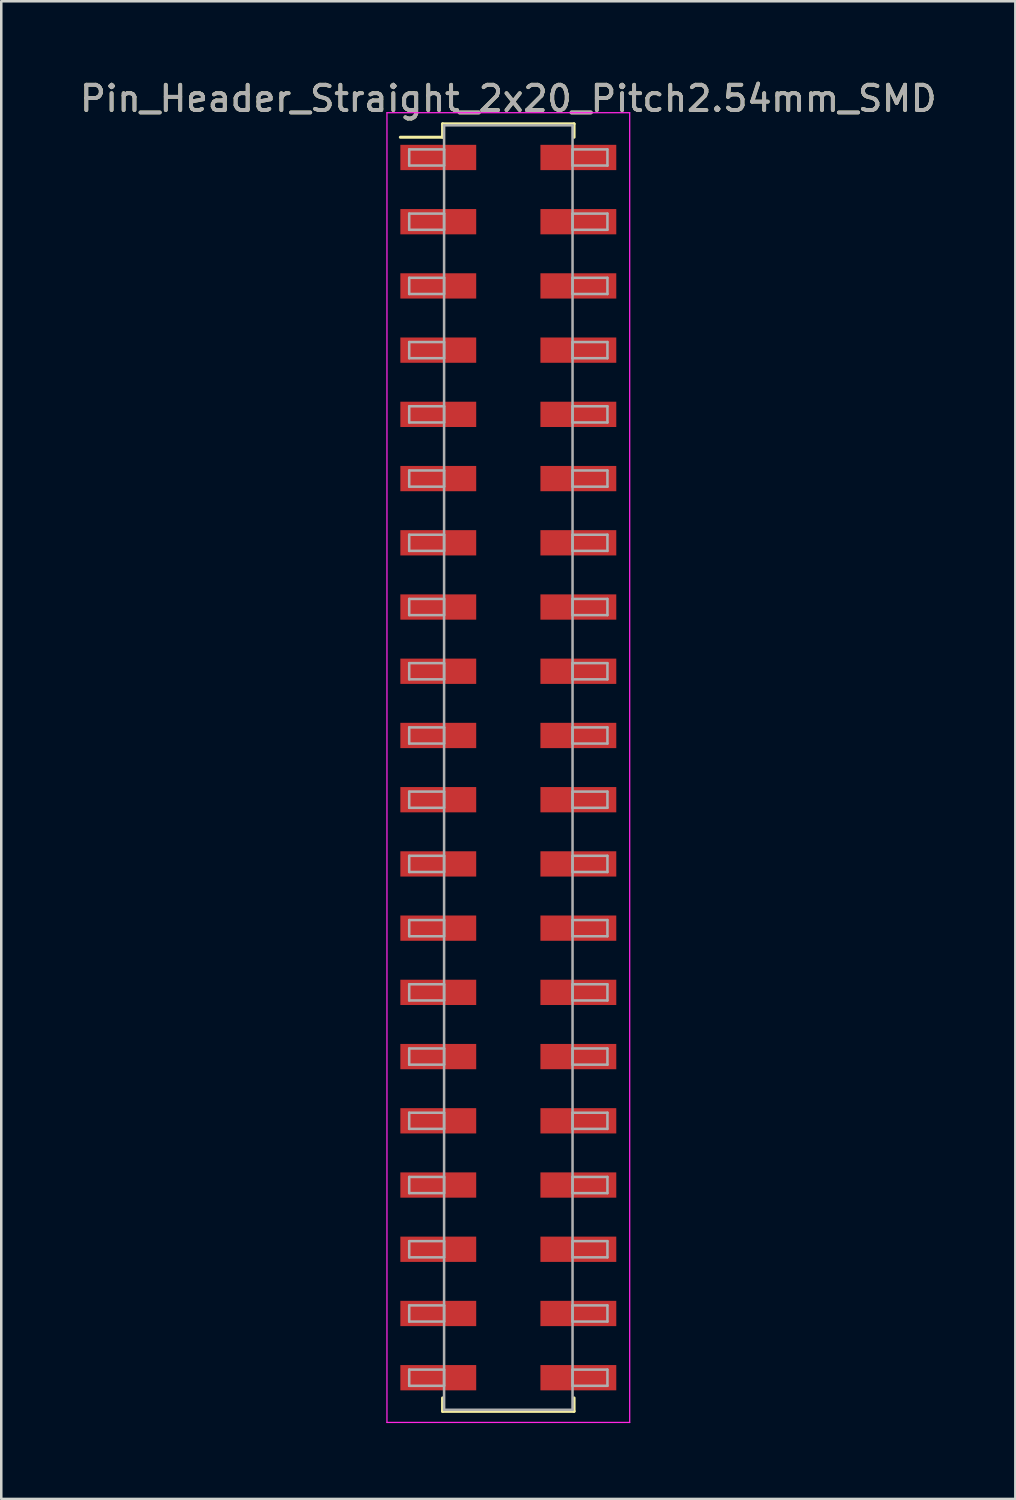
<source format=kicad_pcb>
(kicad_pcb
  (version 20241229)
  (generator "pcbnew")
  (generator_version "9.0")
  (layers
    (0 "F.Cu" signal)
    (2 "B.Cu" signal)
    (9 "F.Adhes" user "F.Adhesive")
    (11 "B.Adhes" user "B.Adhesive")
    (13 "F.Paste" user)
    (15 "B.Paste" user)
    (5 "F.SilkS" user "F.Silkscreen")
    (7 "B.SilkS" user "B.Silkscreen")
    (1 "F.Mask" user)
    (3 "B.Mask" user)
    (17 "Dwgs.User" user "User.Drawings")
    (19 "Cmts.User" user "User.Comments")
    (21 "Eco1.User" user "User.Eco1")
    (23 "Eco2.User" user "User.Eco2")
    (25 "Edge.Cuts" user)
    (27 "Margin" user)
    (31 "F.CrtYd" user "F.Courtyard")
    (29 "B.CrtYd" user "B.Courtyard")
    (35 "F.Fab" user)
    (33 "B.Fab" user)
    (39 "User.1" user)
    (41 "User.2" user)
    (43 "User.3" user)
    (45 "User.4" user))
  (footprint "Pin_Header_Straight_2x20_Pitch2.54mm_SMD"
    (layer "F.Cu")
    (at 17.054 27.308)
    (property "Reference" "Pin_Header_Straight_2x20_Pitch2.54mm_SMD" (at 0 -26.46 0) (layer "F.SilkS") (effects (font (size 1 1) (thickness 0.15))))
    (attr smd)
    (fp_line (start -4.27 -24.93) (end -2.6 -24.93) (stroke (width 0.12) (type solid)) (layer "F.SilkS"))
    (fp_line (start -2.6 -25.46) (end 2.6 -25.46) (stroke (width 0.12) (type solid)) (layer "F.SilkS"))
    (fp_line (start -2.6 -24.93) (end -2.6 -25.46) (stroke (width 0.12) (type solid)) (layer "F.SilkS"))
    (fp_line (start -2.6 24.93) (end -2.6 25.46) (stroke (width 0.12) (type solid)) (layer "F.SilkS"))
    (fp_line (start -2.6 25.46) (end 2.6 25.46) (stroke (width 0.12) (type solid)) (layer "F.SilkS"))
    (fp_line (start 2.6 -25.46) (end 2.6 -24.93) (stroke (width 0.12) (type solid)) (layer "F.SilkS"))
    (fp_line (start 2.6 25.46) (end 2.6 24.93) (stroke (width 0.12) (type solid)) (layer "F.SilkS"))
    (fp_line (start -4.8 -25.9) (end -4.8 25.9) (stroke (width 0.05) (type solid)) (layer "F.CrtYd"))
    (fp_line (start -4.8 25.9) (end 4.8 25.9) (stroke (width 0.05) (type solid)) (layer "F.CrtYd"))
    (fp_line (start 4.8 -25.9) (end -4.8 -25.9) (stroke (width 0.05) (type solid)) (layer "F.CrtYd"))
    (fp_line (start 4.8 25.9) (end 4.8 -25.9) (stroke (width 0.05) (type solid)) (layer "F.CrtYd"))
    (fp_line (start -3.92 -24.45) (end -2.54 -24.45) (stroke (width 0.1) (type solid)) (layer "F.Fab"))
    (fp_line (start -3.92 -23.81) (end -3.92 -24.45) (stroke (width 0.1) (type solid)) (layer "F.Fab"))
    (fp_line (start -3.92 -21.91) (end -2.54 -21.91) (stroke (width 0.1) (type solid)) (layer "F.Fab"))
    (fp_line (start -3.92 -21.27) (end -3.92 -21.91) (stroke (width 0.1) (type solid)) (layer "F.Fab"))
    (fp_line (start -3.92 -19.37) (end -2.54 -19.37) (stroke (width 0.1) (type solid)) (layer "F.Fab"))
    (fp_line (start -3.92 -18.73) (end -3.92 -19.37) (stroke (width 0.1) (type solid)) (layer "F.Fab"))
    (fp_line (start -3.92 -16.83) (end -2.54 -16.83) (stroke (width 0.1) (type solid)) (layer "F.Fab"))
    (fp_line (start -3.92 -16.19) (end -3.92 -16.83) (stroke (width 0.1) (type solid)) (layer "F.Fab"))
    (fp_line (start -3.92 -14.29) (end -2.54 -14.29) (stroke (width 0.1) (type solid)) (layer "F.Fab"))
    (fp_line (start -3.92 -13.65) (end -3.92 -14.29) (stroke (width 0.1) (type solid)) (layer "F.Fab"))
    (fp_line (start -3.92 -11.75) (end -2.54 -11.75) (stroke (width 0.1) (type solid)) (layer "F.Fab"))
    (fp_line (start -3.92 -11.11) (end -3.92 -11.75) (stroke (width 0.1) (type solid)) (layer "F.Fab"))
    (fp_line (start -3.92 -9.21) (end -2.54 -9.21) (stroke (width 0.1) (type solid)) (layer "F.Fab"))
    (fp_line (start -3.92 -8.57) (end -3.92 -9.21) (stroke (width 0.1) (type solid)) (layer "F.Fab"))
    (fp_line (start -3.92 -6.67) (end -2.54 -6.67) (stroke (width 0.1) (type solid)) (layer "F.Fab"))
    (fp_line (start -3.92 -6.03) (end -3.92 -6.67) (stroke (width 0.1) (type solid)) (layer "F.Fab"))
    (fp_line (start -3.92 -4.13) (end -2.54 -4.13) (stroke (width 0.1) (type solid)) (layer "F.Fab"))
    (fp_line (start -3.92 -3.49) (end -3.92 -4.13) (stroke (width 0.1) (type solid)) (layer "F.Fab"))
    (fp_line (start -3.92 -1.59) (end -2.54 -1.59) (stroke (width 0.1) (type solid)) (layer "F.Fab"))
    (fp_line (start -3.92 -0.95) (end -3.92 -1.59) (stroke (width 0.1) (type solid)) (layer "F.Fab"))
    (fp_line (start -3.92 0.95) (end -2.54 0.95) (stroke (width 0.1) (type solid)) (layer "F.Fab"))
    (fp_line (start -3.92 1.59) (end -3.92 0.95) (stroke (width 0.1) (type solid)) (layer "F.Fab"))
    (fp_line (start -3.92 3.49) (end -2.54 3.49) (stroke (width 0.1) (type solid)) (layer "F.Fab"))
    (fp_line (start -3.92 4.13) (end -3.92 3.49) (stroke (width 0.1) (type solid)) (layer "F.Fab"))
    (fp_line (start -3.92 6.03) (end -2.54 6.03) (stroke (width 0.1) (type solid)) (layer "F.Fab"))
    (fp_line (start -3.92 6.67) (end -3.92 6.03) (stroke (width 0.1) (type solid)) (layer "F.Fab"))
    (fp_line (start -3.92 8.57) (end -2.54 8.57) (stroke (width 0.1) (type solid)) (layer "F.Fab"))
    (fp_line (start -3.92 9.21) (end -3.92 8.57) (stroke (width 0.1) (type solid)) (layer "F.Fab"))
    (fp_line (start -3.92 11.11) (end -2.54 11.11) (stroke (width 0.1) (type solid)) (layer "F.Fab"))
    (fp_line (start -3.92 11.75) (end -3.92 11.11) (stroke (width 0.1) (type solid)) (layer "F.Fab"))
    (fp_line (start -3.92 13.65) (end -2.54 13.65) (stroke (width 0.1) (type solid)) (layer "F.Fab"))
    (fp_line (start -3.92 14.29) (end -3.92 13.65) (stroke (width 0.1) (type solid)) (layer "F.Fab"))
    (fp_line (start -3.92 16.19) (end -2.54 16.19) (stroke (width 0.1) (type solid)) (layer "F.Fab"))
    (fp_line (start -3.92 16.83) (end -3.92 16.19) (stroke (width 0.1) (type solid)) (layer "F.Fab"))
    (fp_line (start -3.92 18.73) (end -2.54 18.73) (stroke (width 0.1) (type solid)) (layer "F.Fab"))
    (fp_line (start -3.92 19.37) (end -3.92 18.73) (stroke (width 0.1) (type solid)) (layer "F.Fab"))
    (fp_line (start -3.92 21.27) (end -2.54 21.27) (stroke (width 0.1) (type solid)) (layer "F.Fab"))
    (fp_line (start -3.92 21.91) (end -3.92 21.27) (stroke (width 0.1) (type solid)) (layer "F.Fab"))
    (fp_line (start -3.92 23.81) (end -2.54 23.81) (stroke (width 0.1) (type solid)) (layer "F.Fab"))
    (fp_line (start -3.92 24.45) (end -3.92 23.81) (stroke (width 0.1) (type solid)) (layer "F.Fab"))
    (fp_line (start -2.54 -25.4) (end -2.54 25.4) (stroke (width 0.1) (type solid)) (layer "F.Fab"))
    (fp_line (start -2.54 -24.45) (end -2.54 -23.81) (stroke (width 0.1) (type solid)) (layer "F.Fab"))
    (fp_line (start -2.54 -23.81) (end -3.92 -23.81) (stroke (width 0.1) (type solid)) (layer "F.Fab"))
    (fp_line (start -2.54 -21.91) (end -2.54 -21.27) (stroke (width 0.1) (type solid)) (layer "F.Fab"))
    (fp_line (start -2.54 -21.27) (end -3.92 -21.27) (stroke (width 0.1) (type solid)) (layer "F.Fab"))
    (fp_line (start -2.54 -19.37) (end -2.54 -18.73) (stroke (width 0.1) (type solid)) (layer "F.Fab"))
    (fp_line (start -2.54 -18.73) (end -3.92 -18.73) (stroke (width 0.1) (type solid)) (layer "F.Fab"))
    (fp_line (start -2.54 -16.83) (end -2.54 -16.19) (stroke (width 0.1) (type solid)) (layer "F.Fab"))
    (fp_line (start -2.54 -16.19) (end -3.92 -16.19) (stroke (width 0.1) (type solid)) (layer "F.Fab"))
    (fp_line (start -2.54 -14.29) (end -2.54 -13.65) (stroke (width 0.1) (type solid)) (layer "F.Fab"))
    (fp_line (start -2.54 -13.65) (end -3.92 -13.65) (stroke (width 0.1) (type solid)) (layer "F.Fab"))
    (fp_line (start -2.54 -11.75) (end -2.54 -11.11) (stroke (width 0.1) (type solid)) (layer "F.Fab"))
    (fp_line (start -2.54 -11.11) (end -3.92 -11.11) (stroke (width 0.1) (type solid)) (layer "F.Fab"))
    (fp_line (start -2.54 -9.21) (end -2.54 -8.57) (stroke (width 0.1) (type solid)) (layer "F.Fab"))
    (fp_line (start -2.54 -8.57) (end -3.92 -8.57) (stroke (width 0.1) (type solid)) (layer "F.Fab"))
    (fp_line (start -2.54 -6.67) (end -2.54 -6.03) (stroke (width 0.1) (type solid)) (layer "F.Fab"))
    (fp_line (start -2.54 -6.03) (end -3.92 -6.03) (stroke (width 0.1) (type solid)) (layer "F.Fab"))
    (fp_line (start -2.54 -4.13) (end -2.54 -3.49) (stroke (width 0.1) (type solid)) (layer "F.Fab"))
    (fp_line (start -2.54 -3.49) (end -3.92 -3.49) (stroke (width 0.1) (type solid)) (layer "F.Fab"))
    (fp_line (start -2.54 -1.59) (end -2.54 -0.95) (stroke (width 0.1) (type solid)) (layer "F.Fab"))
    (fp_line (start -2.54 -0.95) (end -3.92 -0.95) (stroke (width 0.1) (type solid)) (layer "F.Fab"))
    (fp_line (start -2.54 0.95) (end -2.54 1.59) (stroke (width 0.1) (type solid)) (layer "F.Fab"))
    (fp_line (start -2.54 1.59) (end -3.92 1.59) (stroke (width 0.1) (type solid)) (layer "F.Fab"))
    (fp_line (start -2.54 3.49) (end -2.54 4.13) (stroke (width 0.1) (type solid)) (layer "F.Fab"))
    (fp_line (start -2.54 4.13) (end -3.92 4.13) (stroke (width 0.1) (type solid)) (layer "F.Fab"))
    (fp_line (start -2.54 6.03) (end -2.54 6.67) (stroke (width 0.1) (type solid)) (layer "F.Fab"))
    (fp_line (start -2.54 6.67) (end -3.92 6.67) (stroke (width 0.1) (type solid)) (layer "F.Fab"))
    (fp_line (start -2.54 8.57) (end -2.54 9.21) (stroke (width 0.1) (type solid)) (layer "F.Fab"))
    (fp_line (start -2.54 9.21) (end -3.92 9.21) (stroke (width 0.1) (type solid)) (layer "F.Fab"))
    (fp_line (start -2.54 11.11) (end -2.54 11.75) (stroke (width 0.1) (type solid)) (layer "F.Fab"))
    (fp_line (start -2.54 11.75) (end -3.92 11.75) (stroke (width 0.1) (type solid)) (layer "F.Fab"))
    (fp_line (start -2.54 13.65) (end -2.54 14.29) (stroke (width 0.1) (type solid)) (layer "F.Fab"))
    (fp_line (start -2.54 14.29) (end -3.92 14.29) (stroke (width 0.1) (type solid)) (layer "F.Fab"))
    (fp_line (start -2.54 16.19) (end -2.54 16.83) (stroke (width 0.1) (type solid)) (layer "F.Fab"))
    (fp_line (start -2.54 16.83) (end -3.92 16.83) (stroke (width 0.1) (type solid)) (layer "F.Fab"))
    (fp_line (start -2.54 18.73) (end -2.54 19.37) (stroke (width 0.1) (type solid)) (layer "F.Fab"))
    (fp_line (start -2.54 19.37) (end -3.92 19.37) (stroke (width 0.1) (type solid)) (layer "F.Fab"))
    (fp_line (start -2.54 21.27) (end -2.54 21.91) (stroke (width 0.1) (type solid)) (layer "F.Fab"))
    (fp_line (start -2.54 21.91) (end -3.92 21.91) (stroke (width 0.1) (type solid)) (layer "F.Fab"))
    (fp_line (start -2.54 23.81) (end -2.54 24.45) (stroke (width 0.1) (type solid)) (layer "F.Fab"))
    (fp_line (start -2.54 24.45) (end -3.92 24.45) (stroke (width 0.1) (type solid)) (layer "F.Fab"))
    (fp_line (start -2.54 25.4) (end 2.54 25.4) (stroke (width 0.1) (type solid)) (layer "F.Fab"))
    (fp_line (start 2.54 -25.4) (end -2.54 -25.4) (stroke (width 0.1) (type solid)) (layer "F.Fab"))
    (fp_line (start 2.54 -24.45) (end 2.54 -23.81) (stroke (width 0.1) (type solid)) (layer "F.Fab"))
    (fp_line (start 2.54 -23.81) (end 3.92 -23.81) (stroke (width 0.1) (type solid)) (layer "F.Fab"))
    (fp_line (start 2.54 -21.91) (end 2.54 -21.27) (stroke (width 0.1) (type solid)) (layer "F.Fab"))
    (fp_line (start 2.54 -21.27) (end 3.92 -21.27) (stroke (width 0.1) (type solid)) (layer "F.Fab"))
    (fp_line (start 2.54 -19.37) (end 2.54 -18.73) (stroke (width 0.1) (type solid)) (layer "F.Fab"))
    (fp_line (start 2.54 -18.73) (end 3.92 -18.73) (stroke (width 0.1) (type solid)) (layer "F.Fab"))
    (fp_line (start 2.54 -16.83) (end 2.54 -16.19) (stroke (width 0.1) (type solid)) (layer "F.Fab"))
    (fp_line (start 2.54 -16.19) (end 3.92 -16.19) (stroke (width 0.1) (type solid)) (layer "F.Fab"))
    (fp_line (start 2.54 -14.29) (end 2.54 -13.65) (stroke (width 0.1) (type solid)) (layer "F.Fab"))
    (fp_line (start 2.54 -13.65) (end 3.92 -13.65) (stroke (width 0.1) (type solid)) (layer "F.Fab"))
    (fp_line (start 2.54 -11.75) (end 2.54 -11.11) (stroke (width 0.1) (type solid)) (layer "F.Fab"))
    (fp_line (start 2.54 -11.11) (end 3.92 -11.11) (stroke (width 0.1) (type solid)) (layer "F.Fab"))
    (fp_line (start 2.54 -9.21) (end 2.54 -8.57) (stroke (width 0.1) (type solid)) (layer "F.Fab"))
    (fp_line (start 2.54 -8.57) (end 3.92 -8.57) (stroke (width 0.1) (type solid)) (layer "F.Fab"))
    (fp_line (start 2.54 -6.67) (end 2.54 -6.03) (stroke (width 0.1) (type solid)) (layer "F.Fab"))
    (fp_line (start 2.54 -6.03) (end 3.92 -6.03) (stroke (width 0.1) (type solid)) (layer "F.Fab"))
    (fp_line (start 2.54 -4.13) (end 2.54 -3.49) (stroke (width 0.1) (type solid)) (layer "F.Fab"))
    (fp_line (start 2.54 -3.49) (end 3.92 -3.49) (stroke (width 0.1) (type solid)) (layer "F.Fab"))
    (fp_line (start 2.54 -1.59) (end 2.54 -0.95) (stroke (width 0.1) (type solid)) (layer "F.Fab"))
    (fp_line (start 2.54 -0.95) (end 3.92 -0.95) (stroke (width 0.1) (type solid)) (layer "F.Fab"))
    (fp_line (start 2.54 0.95) (end 2.54 1.59) (stroke (width 0.1) (type solid)) (layer "F.Fab"))
    (fp_line (start 2.54 1.59) (end 3.92 1.59) (stroke (width 0.1) (type solid)) (layer "F.Fab"))
    (fp_line (start 2.54 3.49) (end 2.54 4.13) (stroke (width 0.1) (type solid)) (layer "F.Fab"))
    (fp_line (start 2.54 4.13) (end 3.92 4.13) (stroke (width 0.1) (type solid)) (layer "F.Fab"))
    (fp_line (start 2.54 6.03) (end 2.54 6.67) (stroke (width 0.1) (type solid)) (layer "F.Fab"))
    (fp_line (start 2.54 6.67) (end 3.92 6.67) (stroke (width 0.1) (type solid)) (layer "F.Fab"))
    (fp_line (start 2.54 8.57) (end 2.54 9.21) (stroke (width 0.1) (type solid)) (layer "F.Fab"))
    (fp_line (start 2.54 9.21) (end 3.92 9.21) (stroke (width 0.1) (type solid)) (layer "F.Fab"))
    (fp_line (start 2.54 11.11) (end 2.54 11.75) (stroke (width 0.1) (type solid)) (layer "F.Fab"))
    (fp_line (start 2.54 11.75) (end 3.92 11.75) (stroke (width 0.1) (type solid)) (layer "F.Fab"))
    (fp_line (start 2.54 13.65) (end 2.54 14.29) (stroke (width 0.1) (type solid)) (layer "F.Fab"))
    (fp_line (start 2.54 14.29) (end 3.92 14.29) (stroke (width 0.1) (type solid)) (layer "F.Fab"))
    (fp_line (start 2.54 16.19) (end 2.54 16.83) (stroke (width 0.1) (type solid)) (layer "F.Fab"))
    (fp_line (start 2.54 16.83) (end 3.92 16.83) (stroke (width 0.1) (type solid)) (layer "F.Fab"))
    (fp_line (start 2.54 18.73) (end 2.54 19.37) (stroke (width 0.1) (type solid)) (layer "F.Fab"))
    (fp_line (start 2.54 19.37) (end 3.92 19.37) (stroke (width 0.1) (type solid)) (layer "F.Fab"))
    (fp_line (start 2.54 21.27) (end 2.54 21.91) (stroke (width 0.1) (type solid)) (layer "F.Fab"))
    (fp_line (start 2.54 21.91) (end 3.92 21.91) (stroke (width 0.1) (type solid)) (layer "F.Fab"))
    (fp_line (start 2.54 23.81) (end 2.54 24.45) (stroke (width 0.1) (type solid)) (layer "F.Fab"))
    (fp_line (start 2.54 24.45) (end 3.92 24.45) (stroke (width 0.1) (type solid)) (layer "F.Fab"))
    (fp_line (start 2.54 25.4) (end 2.54 -25.4) (stroke (width 0.1) (type solid)) (layer "F.Fab"))
    (fp_line (start 3.92 -24.45) (end 2.54 -24.45) (stroke (width 0.1) (type solid)) (layer "F.Fab"))
    (fp_line (start 3.92 -23.81) (end 3.92 -24.45) (stroke (width 0.1) (type solid)) (layer "F.Fab"))
    (fp_line (start 3.92 -21.91) (end 2.54 -21.91) (stroke (width 0.1) (type solid)) (layer "F.Fab"))
    (fp_line (start 3.92 -21.27) (end 3.92 -21.91) (stroke (width 0.1) (type solid)) (layer "F.Fab"))
    (fp_line (start 3.92 -19.37) (end 2.54 -19.37) (stroke (width 0.1) (type solid)) (layer "F.Fab"))
    (fp_line (start 3.92 -18.73) (end 3.92 -19.37) (stroke (width 0.1) (type solid)) (layer "F.Fab"))
    (fp_line (start 3.92 -16.83) (end 2.54 -16.83) (stroke (width 0.1) (type solid)) (layer "F.Fab"))
    (fp_line (start 3.92 -16.19) (end 3.92 -16.83) (stroke (width 0.1) (type solid)) (layer "F.Fab"))
    (fp_line (start 3.92 -14.29) (end 2.54 -14.29) (stroke (width 0.1) (type solid)) (layer "F.Fab"))
    (fp_line (start 3.92 -13.65) (end 3.92 -14.29) (stroke (width 0.1) (type solid)) (layer "F.Fab"))
    (fp_line (start 3.92 -11.75) (end 2.54 -11.75) (stroke (width 0.1) (type solid)) (layer "F.Fab"))
    (fp_line (start 3.92 -11.11) (end 3.92 -11.75) (stroke (width 0.1) (type solid)) (layer "F.Fab"))
    (fp_line (start 3.92 -9.21) (end 2.54 -9.21) (stroke (width 0.1) (type solid)) (layer "F.Fab"))
    (fp_line (start 3.92 -8.57) (end 3.92 -9.21) (stroke (width 0.1) (type solid)) (layer "F.Fab"))
    (fp_line (start 3.92 -6.67) (end 2.54 -6.67) (stroke (width 0.1) (type solid)) (layer "F.Fab"))
    (fp_line (start 3.92 -6.03) (end 3.92 -6.67) (stroke (width 0.1) (type solid)) (layer "F.Fab"))
    (fp_line (start 3.92 -4.13) (end 2.54 -4.13) (stroke (width 0.1) (type solid)) (layer "F.Fab"))
    (fp_line (start 3.92 -3.49) (end 3.92 -4.13) (stroke (width 0.1) (type solid)) (layer "F.Fab"))
    (fp_line (start 3.92 -1.59) (end 2.54 -1.59) (stroke (width 0.1) (type solid)) (layer "F.Fab"))
    (fp_line (start 3.92 -0.95) (end 3.92 -1.59) (stroke (width 0.1) (type solid)) (layer "F.Fab"))
    (fp_line (start 3.92 0.95) (end 2.54 0.95) (stroke (width 0.1) (type solid)) (layer "F.Fab"))
    (fp_line (start 3.92 1.59) (end 3.92 0.95) (stroke (width 0.1) (type solid)) (layer "F.Fab"))
    (fp_line (start 3.92 3.49) (end 2.54 3.49) (stroke (width 0.1) (type solid)) (layer "F.Fab"))
    (fp_line (start 3.92 4.13) (end 3.92 3.49) (stroke (width 0.1) (type solid)) (layer "F.Fab"))
    (fp_line (start 3.92 6.03) (end 2.54 6.03) (stroke (width 0.1) (type solid)) (layer "F.Fab"))
    (fp_line (start 3.92 6.67) (end 3.92 6.03) (stroke (width 0.1) (type solid)) (layer "F.Fab"))
    (fp_line (start 3.92 8.57) (end 2.54 8.57) (stroke (width 0.1) (type solid)) (layer "F.Fab"))
    (fp_line (start 3.92 9.21) (end 3.92 8.57) (stroke (width 0.1) (type solid)) (layer "F.Fab"))
    (fp_line (start 3.92 11.11) (end 2.54 11.11) (stroke (width 0.1) (type solid)) (layer "F.Fab"))
    (fp_line (start 3.92 11.75) (end 3.92 11.11) (stroke (width 0.1) (type solid)) (layer "F.Fab"))
    (fp_line (start 3.92 13.65) (end 2.54 13.65) (stroke (width 0.1) (type solid)) (layer "F.Fab"))
    (fp_line (start 3.92 14.29) (end 3.92 13.65) (stroke (width 0.1) (type solid)) (layer "F.Fab"))
    (fp_line (start 3.92 16.19) (end 2.54 16.19) (stroke (width 0.1) (type solid)) (layer "F.Fab"))
    (fp_line (start 3.92 16.83) (end 3.92 16.19) (stroke (width 0.1) (type solid)) (layer "F.Fab"))
    (fp_line (start 3.92 18.73) (end 2.54 18.73) (stroke (width 0.1) (type solid)) (layer "F.Fab"))
    (fp_line (start 3.92 19.37) (end 3.92 18.73) (stroke (width 0.1) (type solid)) (layer "F.Fab"))
    (fp_line (start 3.92 21.27) (end 2.54 21.27) (stroke (width 0.1) (type solid)) (layer "F.Fab"))
    (fp_line (start 3.92 21.91) (end 3.92 21.27) (stroke (width 0.1) (type solid)) (layer "F.Fab"))
    (fp_line (start 3.92 23.81) (end 2.54 23.81) (stroke (width 0.1) (type solid)) (layer "F.Fab"))
    (fp_line (start 3.92 24.45) (end 3.92 23.81) (stroke (width 0.1) (type solid)) (layer "F.Fab"))
    (fp_text user "${REFERENCE}" (at 0 -26.46 0) (layer "F.Fab") (effects (font (size 1 1) (thickness 0.15))))
    (pad "1" smd rect (at -2.77 -24.13) (size 3 1) (layers "F.Cu" "F.Mask" "F.Paste"))
    (pad "2" smd rect (at 2.77 -24.13) (size 3 1) (layers "F.Cu" "F.Mask" "F.Paste"))
    (pad "3" smd rect (at -2.77 -21.59) (size 3 1) (layers "F.Cu" "F.Mask" "F.Paste"))
    (pad "4" smd rect (at 2.77 -21.59) (size 3 1) (layers "F.Cu" "F.Mask" "F.Paste"))
    (pad "5" smd rect (at -2.77 -19.05) (size 3 1) (layers "F.Cu" "F.Mask" "F.Paste"))
    (pad "6" smd rect (at 2.77 -19.05) (size 3 1) (layers "F.Cu" "F.Mask" "F.Paste"))
    (pad "7" smd rect (at -2.77 -16.51) (size 3 1) (layers "F.Cu" "F.Mask" "F.Paste"))
    (pad "8" smd rect (at 2.77 -16.51) (size 3 1) (layers "F.Cu" "F.Mask" "F.Paste"))
    (pad "9" smd rect (at -2.77 -13.97) (size 3 1) (layers "F.Cu" "F.Mask" "F.Paste"))
    (pad "10" smd rect (at 2.77 -13.97) (size 3 1) (layers "F.Cu" "F.Mask" "F.Paste"))
    (pad "11" smd rect (at -2.77 -11.43) (size 3 1) (layers "F.Cu" "F.Mask" "F.Paste"))
    (pad "12" smd rect (at 2.77 -11.43) (size 3 1) (layers "F.Cu" "F.Mask" "F.Paste"))
    (pad "13" smd rect (at -2.77 -8.89) (size 3 1) (layers "F.Cu" "F.Mask" "F.Paste"))
    (pad "14" smd rect (at 2.77 -8.89) (size 3 1) (layers "F.Cu" "F.Mask" "F.Paste"))
    (pad "15" smd rect (at -2.77 -6.35) (size 3 1) (layers "F.Cu" "F.Mask" "F.Paste"))
    (pad "16" smd rect (at 2.77 -6.35) (size 3 1) (layers "F.Cu" "F.Mask" "F.Paste"))
    (pad "17" smd rect (at -2.77 -3.81) (size 3 1) (layers "F.Cu" "F.Mask" "F.Paste"))
    (pad "18" smd rect (at 2.77 -3.81) (size 3 1) (layers "F.Cu" "F.Mask" "F.Paste"))
    (pad "19" smd rect (at -2.77 -1.27) (size 3 1) (layers "F.Cu" "F.Mask" "F.Paste"))
    (pad "20" smd rect (at 2.77 -1.27) (size 3 1) (layers "F.Cu" "F.Mask" "F.Paste"))
    (pad "21" smd rect (at -2.77 1.27) (size 3 1) (layers "F.Cu" "F.Mask" "F.Paste"))
    (pad "22" smd rect (at 2.77 1.27) (size 3 1) (layers "F.Cu" "F.Mask" "F.Paste"))
    (pad "23" smd rect (at -2.77 3.81) (size 3 1) (layers "F.Cu" "F.Mask" "F.Paste"))
    (pad "24" smd rect (at 2.77 3.81) (size 3 1) (layers "F.Cu" "F.Mask" "F.Paste"))
    (pad "25" smd rect (at -2.77 6.35) (size 3 1) (layers "F.Cu" "F.Mask" "F.Paste"))
    (pad "26" smd rect (at 2.77 6.35) (size 3 1) (layers "F.Cu" "F.Mask" "F.Paste"))
    (pad "27" smd rect (at -2.77 8.89) (size 3 1) (layers "F.Cu" "F.Mask" "F.Paste"))
    (pad "28" smd rect (at 2.77 8.89) (size 3 1) (layers "F.Cu" "F.Mask" "F.Paste"))
    (pad "29" smd rect (at -2.77 11.43) (size 3 1) (layers "F.Cu" "F.Mask" "F.Paste"))
    (pad "30" smd rect (at 2.77 11.43) (size 3 1) (layers "F.Cu" "F.Mask" "F.Paste"))
    (pad "31" smd rect (at -2.77 13.97) (size 3 1) (layers "F.Cu" "F.Mask" "F.Paste"))
    (pad "32" smd rect (at 2.77 13.97) (size 3 1) (layers "F.Cu" "F.Mask" "F.Paste"))
    (pad "33" smd rect (at -2.77 16.51) (size 3 1) (layers "F.Cu" "F.Mask" "F.Paste"))
    (pad "34" smd rect (at 2.77 16.51) (size 3 1) (layers "F.Cu" "F.Mask" "F.Paste"))
    (pad "35" smd rect (at -2.77 19.05) (size 3 1) (layers "F.Cu" "F.Mask" "F.Paste"))
    (pad "36" smd rect (at 2.77 19.05) (size 3 1) (layers "F.Cu" "F.Mask" "F.Paste"))
    (pad "37" smd rect (at -2.77 21.59) (size 3 1) (layers "F.Cu" "F.Mask" "F.Paste"))
    (pad "38" smd rect (at 2.77 21.59) (size 3 1) (layers "F.Cu" "F.Mask" "F.Paste"))
    (pad "39" smd rect (at -2.77 24.13) (size 3 1) (layers "F.Cu" "F.Mask" "F.Paste"))
    (pad "40" smd rect (at 2.77 24.13) (size 3 1) (layers "F.Cu" "F.Mask" "F.Paste")))
  (gr_rect
    (start -3 -3)
    (end 37.107 56.233)
    (stroke (width 0.1) (type default))
    (fill no)
    (layer "Edge.Cuts")))
</source>
